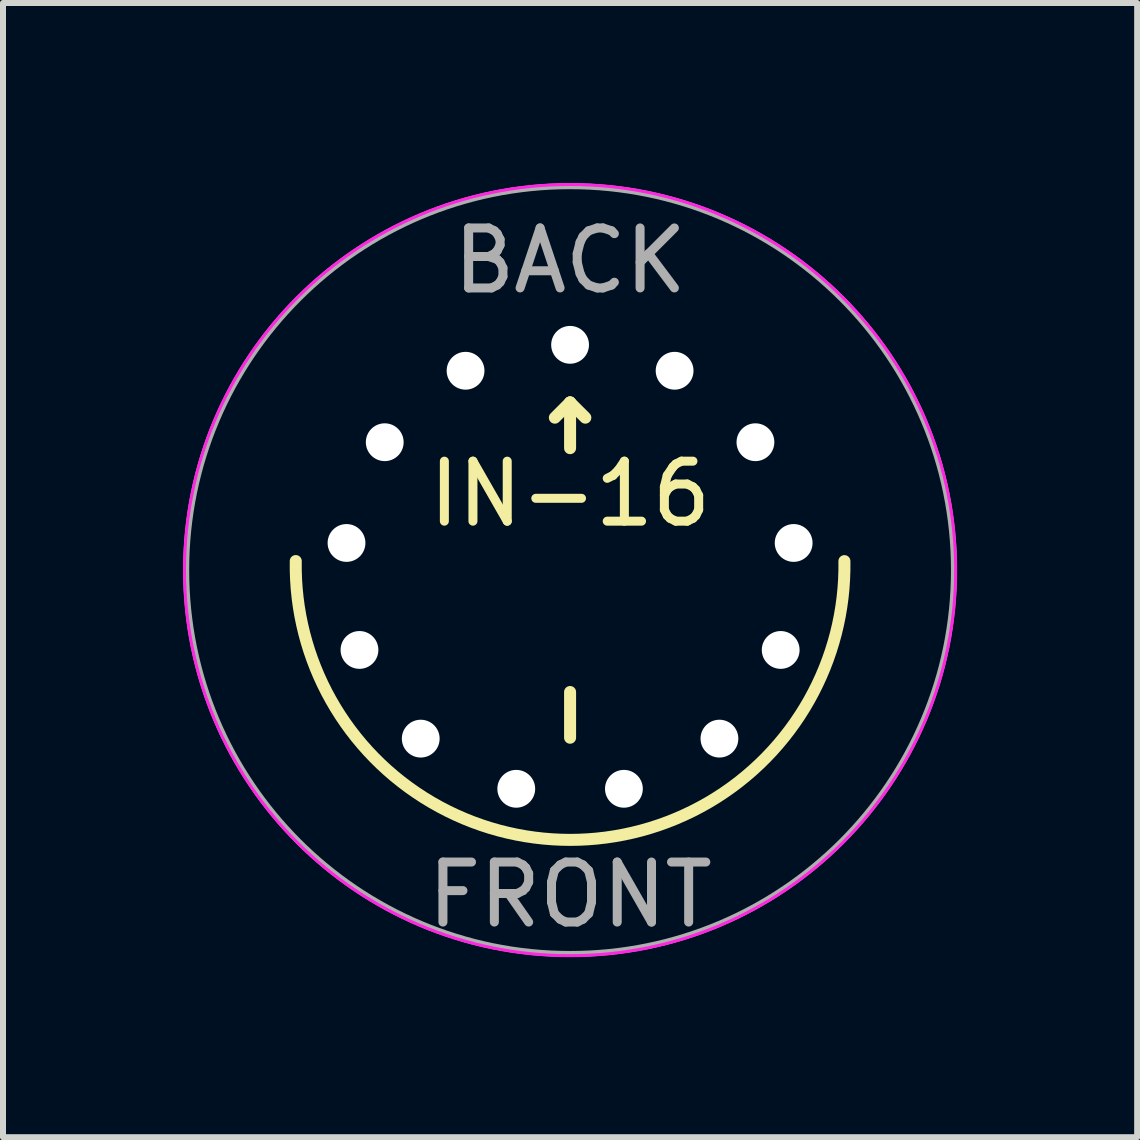
<source format=kicad_pcb>
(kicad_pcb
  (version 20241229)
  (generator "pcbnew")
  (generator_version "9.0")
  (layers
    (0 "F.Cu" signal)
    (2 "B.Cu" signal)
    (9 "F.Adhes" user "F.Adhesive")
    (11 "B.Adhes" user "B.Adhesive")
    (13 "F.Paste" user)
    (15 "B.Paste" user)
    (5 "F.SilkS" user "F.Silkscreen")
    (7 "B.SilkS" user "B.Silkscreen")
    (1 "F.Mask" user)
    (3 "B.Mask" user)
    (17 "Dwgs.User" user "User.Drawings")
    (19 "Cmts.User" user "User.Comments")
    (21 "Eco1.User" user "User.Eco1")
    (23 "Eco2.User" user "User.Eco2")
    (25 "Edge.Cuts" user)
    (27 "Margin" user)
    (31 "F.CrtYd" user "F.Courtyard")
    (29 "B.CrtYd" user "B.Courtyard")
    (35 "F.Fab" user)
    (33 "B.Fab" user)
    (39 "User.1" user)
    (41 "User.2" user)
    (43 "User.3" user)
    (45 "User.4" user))
  (footprint "IN-16"
    (layer "F.Cu")
    (at 6.451 6.451)
    (property "Reference" "IN-16" (at 0 -1.27 0) (unlocked yes) (layer "F.SilkS") (effects (font (size 1 1) (thickness 0.15))))
    (attr smd)
    (fp_line (start 0 -2.794) (end -0.254 -2.54) (stroke (width 0.2) (type solid)) (layer "F.SilkS"))
    (fp_line (start 0 -2.794) (end 0 -2.032) (stroke (width 0.2) (type solid)) (layer "F.SilkS"))
    (fp_line (start 0 -2.794) (end 0.254 -2.54) (stroke (width 0.2) (type solid)) (layer "F.SilkS"))
    (fp_line (start 0 2.794) (end 0 2.032) (stroke (width 0.2) (type solid)) (layer "F.SilkS"))
    (fp_arc (start 4.572017 -0.149606) (mid -0.000567 4.493826) (end -4.571999 -0.150739) (stroke (width 0.2) (type solid)) (layer "F.SilkS"))
    (fp_circle (center 0 0) (end 0 6.426) (stroke (width 0.05) (type default)) (fill no) (layer "F.CrtYd"))
    (fp_circle (center 0 0) (end 6.398 0) (stroke (width 0.1) (type solid)) (fill no) (layer "F.Fab"))
    (fp_text user "FRONT" (at 0 4.826 0) (unlocked yes) (layer "F.Fab") (effects (font (size 1 1) (thickness 0.15)) (justify top)))
    (fp_text user "BACK" (at 0 -4.572 0) (unlocked yes) (layer "F.Fab") (effects (font (size 1 1) (thickness 0.15)) (justify bottom)))
    (pad "0" thru_hole circle (at 1.742 -3.322 180) (size 1.138 1.138) (drill 0.63) (layers "*.Cu" "*.Mask") (remove_unused_layers yes) (zone_layer_connections))
    (pad "1" thru_hole circle (at -1.742 -3.322 180) (size 1.138 1.138) (drill 0.63) (layers "*.Cu" "*.Mask") (remove_unused_layers yes) (zone_layer_connections))
    (pad "2" thru_hole circle (at 2.489 2.809 180) (size 1.138 1.138) (drill 0.63) (layers "*.Cu" "*.Mask") (remove_unused_layers yes) (zone_layer_connections))
    (pad "3" thru_hole circle (at -3.726 -0.452 180) (size 1.138 1.138) (drill 0.63) (layers "*.Cu" "*.Mask") (remove_unused_layers yes) (zone_layer_connections))
    (pad "4" thru_hole circle (at -2.489 2.809 180) (size 1.138 1.138) (drill 0.63) (layers "*.Cu" "*.Mask") (remove_unused_layers yes) (zone_layer_connections))
    (pad "5" thru_hole circle (at -0.897 3.645 180) (size 1.138 1.138) (drill 0.63) (layers "*.Cu" "*.Mask") (remove_unused_layers yes) (zone_layer_connections))
    (pad "6" thru_hole circle (at 0.897 3.645 180) (size 1.138 1.138) (drill 0.63) (layers "*.Cu" "*.Mask") (remove_unused_layers yes) (zone_layer_connections))
    (pad "7" thru_hole circle (at -3.089 -2.131 180) (size 1.138 1.138) (drill 0.63) (layers "*.Cu" "*.Mask") (remove_unused_layers yes) (zone_layer_connections))
    (pad "8" thru_hole circle (at 3.726 -0.452 180) (size 1.138 1.138) (drill 0.63) (layers "*.Cu" "*.Mask") (remove_unused_layers yes) (zone_layer_connections))
    (pad "9" thru_hole circle (at 3.089 -2.131 180) (size 1.138 1.138) (drill 0.63) (layers "*.Cu" "*.Mask") (remove_unused_layers yes) (zone_layer_connections))
    (pad "A" thru_hole circle (at 0 -3.754 180) (size 1.138 1.138) (drill 0.63) (layers "*.Cu" "*.Mask") (remove_unused_layers yes) (zone_layer_connections))
    (pad "LHDP" thru_hole circle (at 3.51 1.331 180) (size 1.138 1.138) (drill 0.63) (layers "*.Cu" "*.Mask") (remove_unused_layers yes) (zone_layer_connections))
    (pad "RHDP" thru_hole circle (at -3.51 1.331 180) (size 1.138 1.138) (drill 0.63) (layers "*.Cu" "*.Mask") (remove_unused_layers yes) (zone_layer_connections)))
  (gr_rect
    (start -3 -3)
    (end 15.902 15.902)
    (stroke (width 0.1) (type default))
    (fill no)
    (layer "Edge.Cuts")))
</source>
